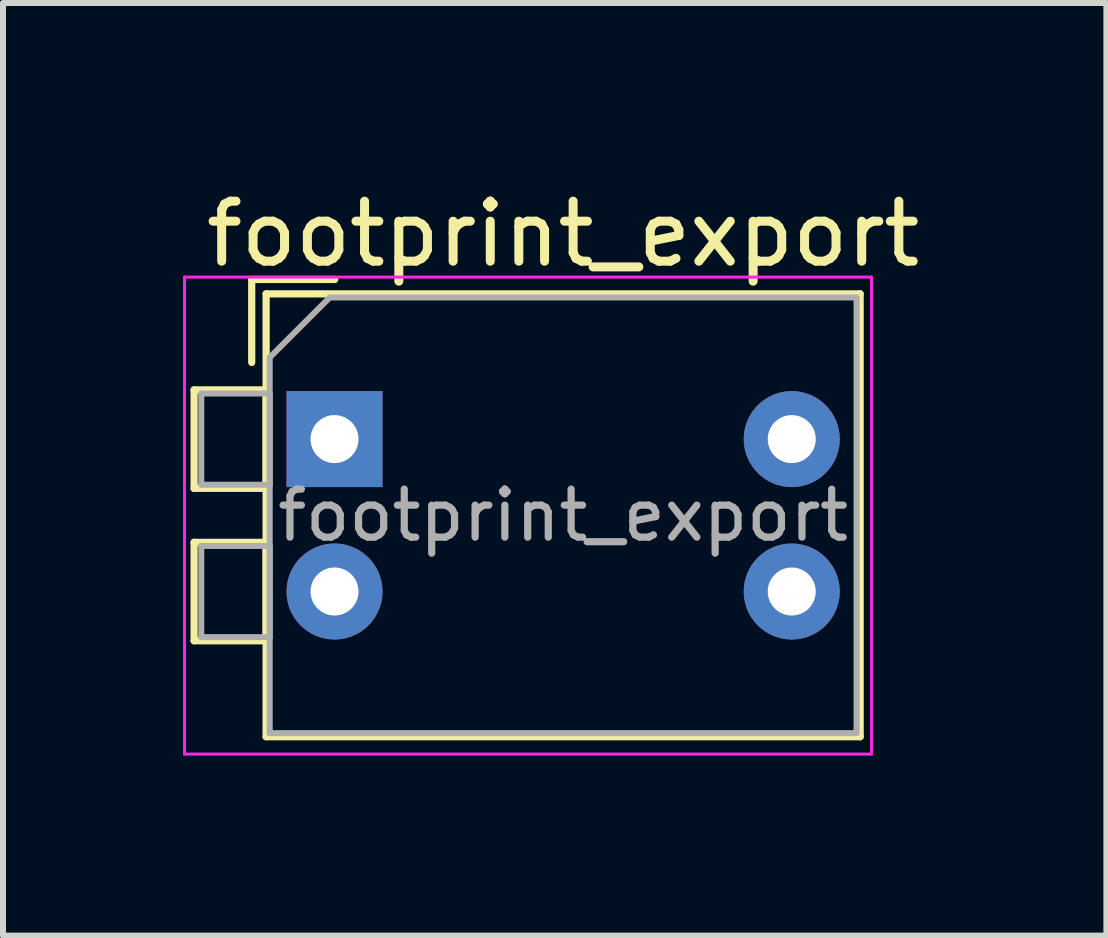
<source format=kicad_pcb>
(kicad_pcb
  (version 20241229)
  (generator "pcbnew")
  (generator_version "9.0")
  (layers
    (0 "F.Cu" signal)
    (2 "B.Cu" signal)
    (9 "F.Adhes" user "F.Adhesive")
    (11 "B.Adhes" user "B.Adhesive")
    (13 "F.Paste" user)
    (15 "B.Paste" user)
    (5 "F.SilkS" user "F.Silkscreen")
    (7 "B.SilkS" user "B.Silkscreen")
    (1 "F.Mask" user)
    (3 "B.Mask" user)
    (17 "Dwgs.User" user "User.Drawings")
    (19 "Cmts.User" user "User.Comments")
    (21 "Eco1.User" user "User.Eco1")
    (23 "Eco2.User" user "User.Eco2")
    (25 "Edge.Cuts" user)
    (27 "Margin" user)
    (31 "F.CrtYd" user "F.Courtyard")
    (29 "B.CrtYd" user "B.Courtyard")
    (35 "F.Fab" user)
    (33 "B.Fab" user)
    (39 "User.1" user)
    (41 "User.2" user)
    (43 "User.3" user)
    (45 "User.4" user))
  (footprint "footprint_export"
    (layer "F.Cu")
    (at 2.525 4.268)
    (property "Reference" "footprint_export" (at 3.81 -3.42 0) (layer "F.SilkS") (effects (font (size 1 1) (thickness 0.15))))
    (attr through_hole)
    (fp_line (start -2.34 -0.82) (end -2.34 0.82) (stroke (width 0.12) (type solid)) (layer "F.SilkS"))
    (fp_line (start -2.34 -0.82) (end -1.14 -0.82) (stroke (width 0.12) (type solid)) (layer "F.SilkS"))
    (fp_line (start -2.34 0.82) (end -1.14 0.82) (stroke (width 0.12) (type solid)) (layer "F.SilkS"))
    (fp_line (start -2.34 1.72) (end -2.34 3.361) (stroke (width 0.12) (type solid)) (layer "F.SilkS"))
    (fp_line (start -2.34 1.72) (end -1.14 1.72) (stroke (width 0.12) (type solid)) (layer "F.SilkS"))
    (fp_line (start -2.34 3.361) (end -1.14 3.361) (stroke (width 0.12) (type solid)) (layer "F.SilkS"))
    (fp_line (start -1.38 -2.66) (end -1.38 -1.277) (stroke (width 0.12) (type solid)) (layer "F.SilkS"))
    (fp_line (start -1.38 -2.66) (end 0.004 -2.66) (stroke (width 0.12) (type solid)) (layer "F.SilkS"))
    (fp_line (start -1.14 -2.42) (end -1.14 4.96) (stroke (width 0.12) (type solid)) (layer "F.SilkS"))
    (fp_line (start -1.14 -2.42) (end 8.76 -2.42) (stroke (width 0.12) (type solid)) (layer "F.SilkS"))
    (fp_line (start -1.14 -0.82) (end -1.14 0.82) (stroke (width 0.12) (type solid)) (layer "F.SilkS"))
    (fp_line (start -1.14 1.72) (end -1.14 3.361) (stroke (width 0.12) (type solid)) (layer "F.SilkS"))
    (fp_line (start -1.14 4.96) (end 8.76 4.96) (stroke (width 0.12) (type solid)) (layer "F.SilkS"))
    (fp_line (start 8.76 -2.42) (end 8.76 4.96) (stroke (width 0.12) (type solid)) (layer "F.SilkS"))
    (fp_line (start -2.5 -2.7) (end -2.5 5.25) (stroke (width 0.05) (type solid)) (layer "F.CrtYd"))
    (fp_line (start -2.5 5.25) (end 8.95 5.25) (stroke (width 0.05) (type solid)) (layer "F.CrtYd"))
    (fp_line (start 8.95 -2.7) (end -2.5 -2.7) (stroke (width 0.05) (type solid)) (layer "F.CrtYd"))
    (fp_line (start 8.95 5.25) (end 8.95 -2.7) (stroke (width 0.05) (type solid)) (layer "F.CrtYd"))
    (fp_line (start -2.22 -0.76) (end -1.08 -0.76) (stroke (width 0.1) (type solid)) (layer "F.Fab"))
    (fp_line (start -2.22 0.76) (end -2.22 -0.76) (stroke (width 0.1) (type solid)) (layer "F.Fab"))
    (fp_line (start -2.22 1.78) (end -1.08 1.78) (stroke (width 0.1) (type solid)) (layer "F.Fab"))
    (fp_line (start -2.22 3.3) (end -2.22 1.78) (stroke (width 0.1) (type solid)) (layer "F.Fab"))
    (fp_line (start -1.08 -1.36) (end -0.08 -2.36) (stroke (width 0.1) (type solid)) (layer "F.Fab"))
    (fp_line (start -1.08 -0.76) (end -1.08 0.76) (stroke (width 0.1) (type solid)) (layer "F.Fab"))
    (fp_line (start -1.08 0.76) (end -2.22 0.76) (stroke (width 0.1) (type solid)) (layer "F.Fab"))
    (fp_line (start -1.08 1.78) (end -1.08 3.3) (stroke (width 0.1) (type solid)) (layer "F.Fab"))
    (fp_line (start -1.08 3.3) (end -2.22 3.3) (stroke (width 0.1) (type solid)) (layer "F.Fab"))
    (fp_line (start -1.08 4.9) (end -1.08 -1.36) (stroke (width 0.1) (type solid)) (layer "F.Fab"))
    (fp_line (start -0.08 -2.36) (end 8.7 -2.36) (stroke (width 0.1) (type solid)) (layer "F.Fab"))
    (fp_line (start 8.7 -2.36) (end 8.7 4.9) (stroke (width 0.1) (type solid)) (layer "F.Fab"))
    (fp_line (start 8.7 4.9) (end -1.08 4.9) (stroke (width 0.1) (type solid)) (layer "F.Fab"))
    (fp_text user "${REFERENCE}" (at 3.81 1.27 0) (layer "F.Fab") (effects (font (size 0.8 0.8) (thickness 0.12))))
    (pad "1" thru_hole rect (at 0 0) (size 1.6 1.6) (drill 0.8) (layers "*.Cu" "*.Mask"))
    (pad "2" thru_hole oval (at 0 2.54) (size 1.6 1.6) (drill 0.8) (layers "*.Cu" "*.Mask"))
    (pad "3" thru_hole oval (at 7.62 2.54) (size 1.6 1.6) (drill 0.8) (layers "*.Cu" "*.Mask"))
    (pad "4" thru_hole oval (at 7.62 0) (size 1.6 1.6) (drill 0.8) (layers "*.Cu" "*.Mask")))
  (gr_rect
    (start -3 -3)
    (end 15.389 12.543)
    (stroke (width 0.1) (type default))
    (fill no)
    (layer "Edge.Cuts")))
</source>
